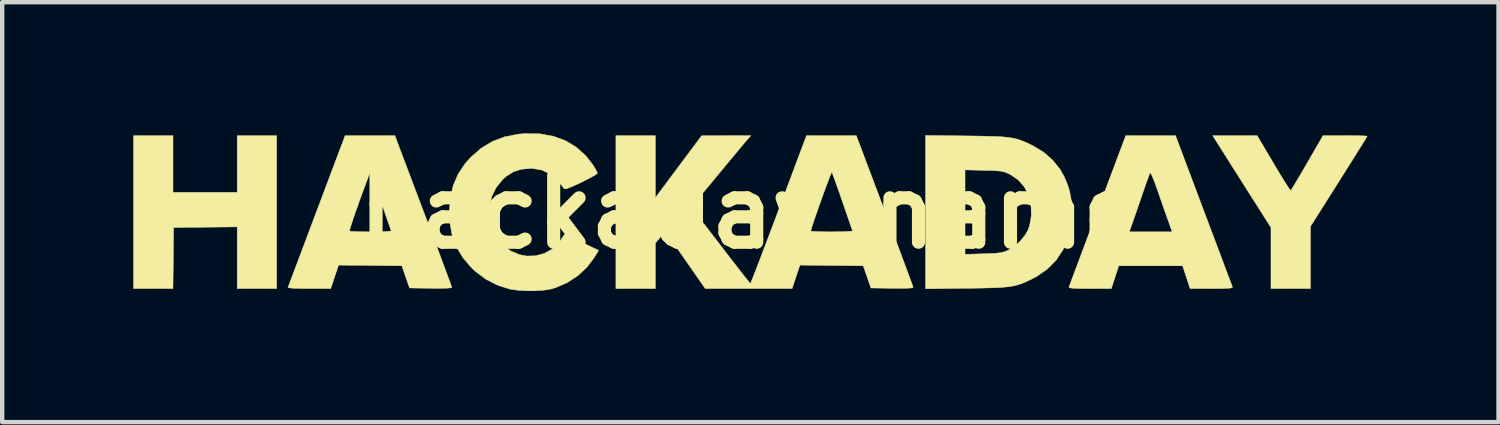
<source format=kicad_pcb>
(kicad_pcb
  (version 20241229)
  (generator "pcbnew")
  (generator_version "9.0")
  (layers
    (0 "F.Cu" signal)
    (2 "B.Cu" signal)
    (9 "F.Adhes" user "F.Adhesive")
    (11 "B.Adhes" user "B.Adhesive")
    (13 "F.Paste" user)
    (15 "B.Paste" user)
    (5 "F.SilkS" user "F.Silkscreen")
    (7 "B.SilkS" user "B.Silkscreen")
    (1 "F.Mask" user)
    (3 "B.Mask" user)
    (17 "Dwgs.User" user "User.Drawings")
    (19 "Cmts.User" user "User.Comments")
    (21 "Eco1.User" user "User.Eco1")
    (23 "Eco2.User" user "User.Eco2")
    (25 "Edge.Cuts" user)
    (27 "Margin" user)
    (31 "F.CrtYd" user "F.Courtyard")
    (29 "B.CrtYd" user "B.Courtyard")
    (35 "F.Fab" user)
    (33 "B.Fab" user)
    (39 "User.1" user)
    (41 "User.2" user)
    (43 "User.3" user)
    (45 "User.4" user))
  (footprint "hackaday_name"
    (layer "F.Cu")
    (at 14.116 1.802)
    (property "Reference" "hackaday_name" (at 0 0 0) (layer "F.SilkS") (effects (font (size 1.524 1.524) (thickness 0.3))))
    (attr through_hole)
    (fp_poly (pts (xy -13.208 -0.452) (xy -11.74 -0.452) (xy -11.74 -1.75) (xy -10.837 -1.75) (xy -10.837 1.75) (xy -11.74 1.75) (xy -11.74 0.338) (xy -13.194 0.353) (xy -13.201 1.051) (xy -13.209 1.75) (xy -14.111 1.75) (xy -14.111 -1.75) (xy -13.208 -1.75) (xy -13.208 -0.452)) (stroke (width 0.01) (type solid)) (fill yes) (layer "F.SilkS"))
    (fp_poly (pts (xy 11.968 -1.116) (xy 12.069 -0.946) (xy 12.161 -0.795) (xy 12.24 -0.668) (xy 12.303 -0.571) (xy 12.345 -0.511) (xy 12.362 -0.494) (xy 12.381 -0.521) (xy 12.424 -0.59) (xy 12.487 -0.695) (xy 12.566 -0.828) (xy 12.658 -0.984) (xy 12.741 -1.128) (xy 13.101 -1.75) (xy 13.606 -1.75) (xy 13.768 -1.749) (xy 13.908 -1.747) (xy 14.018 -1.744) (xy 14.089 -1.74) (xy 14.111 -1.737) (xy 14.097 -1.711) (xy 14.055 -1.642) (xy 13.989 -1.536) (xy 13.902 -1.397) (xy 13.798 -1.23) (xy 13.678 -1.04) (xy 13.547 -0.832) (xy 13.462 -0.697) (xy 12.813 0.33) (xy 12.813 1.75) (xy 11.91 1.75) (xy 11.91 0.353) (xy 11.309 -0.593) (xy 11.175 -0.805) (xy 11.047 -1.006) (xy 10.931 -1.19) (xy 10.829 -1.351) (xy 10.746 -1.483) (xy 10.684 -1.58) (xy 10.648 -1.637) (xy 10.644 -1.644) (xy 10.579 -1.75) (xy 11.594 -1.75) (xy 11.968 -1.116)) (stroke (width 0.01) (type solid)) (fill yes) (layer "F.SilkS"))
    (fp_poly (pts (xy 10.371 -0.035) (xy 10.483 0.261) (xy 10.589 0.543) (xy 10.688 0.805) (xy 10.777 1.043) (xy 10.855 1.251) (xy 10.921 1.427) (xy 10.973 1.565) (xy 11.009 1.661) (xy 11.027 1.709) (xy 11.029 1.714) (xy 11.021 1.728) (xy 10.983 1.738) (xy 10.908 1.744) (xy 10.792 1.748) (xy 10.627 1.75) (xy 10.55 1.75) (xy 10.059 1.75) (xy 9.974 1.489) (xy 9.888 1.228) (xy 8.428 1.228) (xy 8.343 1.489) (xy 8.257 1.75) (xy 7.766 1.75) (xy 7.582 1.749) (xy 7.447 1.746) (xy 7.358 1.74) (xy 7.306 1.732) (xy 7.288 1.72) (xy 7.288 1.714) (xy 7.3 1.683) (xy 7.33 1.602) (xy 7.376 1.478) (xy 7.437 1.315) (xy 7.512 1.117) (xy 7.597 0.888) (xy 7.693 0.634) (xy 7.761 0.452) (xy 8.666 0.452) (xy 9.65 0.452) (xy 9.557 0.191) (xy 9.513 0.068) (xy 9.457 -0.09) (xy 9.396 -0.267) (xy 9.334 -0.444) (xy 9.313 -0.504) (xy 9.256 -0.664) (xy 9.208 -0.786) (xy 9.171 -0.867) (xy 9.148 -0.9) (xy 9.143 -0.899) (xy 9.128 -0.862) (xy 9.098 -0.78) (xy 9.055 -0.661) (xy 9.004 -0.514) (xy 8.946 -0.347) (xy 8.924 -0.282) (xy 8.864 -0.107) (xy 8.808 0.054) (xy 8.76 0.193) (xy 8.723 0.299) (xy 8.7 0.363) (xy 8.696 0.374) (xy 8.666 0.452) (xy 7.761 0.452) (xy 7.796 0.359) (xy 7.906 0.067) (xy 7.944 -0.035) (xy 8.588 -1.75) (xy 9.726 -1.75) (xy 10.371 -0.035)) (stroke (width 0.01) (type solid)) (fill yes) (layer "F.SilkS"))
    (fp_poly (pts (xy 4.946 -1.743) (xy 5.225 -1.739) (xy 5.454 -1.734) (xy 5.642 -1.728) (xy 5.796 -1.719) (xy 5.923 -1.705) (xy 6.032 -1.687) (xy 6.128 -1.662) (xy 6.22 -1.63) (xy 6.315 -1.589) (xy 6.421 -1.539) (xy 6.46 -1.52) (xy 6.705 -1.372) (xy 6.917 -1.188) (xy 7.088 -0.974) (xy 7.177 -0.815) (xy 7.253 -0.638) (xy 7.304 -0.476) (xy 7.335 -0.31) (xy 7.348 -0.121) (xy 7.349 0.028) (xy 7.345 0.191) (xy 7.335 0.317) (xy 7.315 0.426) (xy 7.284 0.54) (xy 7.272 0.579) (xy 7.154 0.858) (xy 6.995 1.1) (xy 6.793 1.304) (xy 6.548 1.473) (xy 6.449 1.525) (xy 6.341 1.577) (xy 6.245 1.62) (xy 6.154 1.654) (xy 6.06 1.68) (xy 5.957 1.701) (xy 5.836 1.715) (xy 5.69 1.726) (xy 5.512 1.733) (xy 5.295 1.738) (xy 5.031 1.742) (xy 4.946 1.743) (xy 4.008 1.754) (xy 4.008 0.966) (xy 4.911 0.966) (xy 5.327 0.954) (xy 5.498 0.948) (xy 5.625 0.941) (xy 5.72 0.929) (xy 5.794 0.913) (xy 5.861 0.89) (xy 5.89 0.877) (xy 6.031 0.793) (xy 6.167 0.671) (xy 6.284 0.529) (xy 6.354 0.406) (xy 6.386 0.31) (xy 6.412 0.185) (xy 6.427 0.072) (xy 6.421 -0.168) (xy 6.367 -0.386) (xy 6.267 -0.578) (xy 6.126 -0.738) (xy 5.946 -0.86) (xy 5.933 -0.866) (xy 5.867 -0.897) (xy 5.807 -0.919) (xy 5.741 -0.934) (xy 5.657 -0.943) (xy 5.543 -0.95) (xy 5.388 -0.954) (xy 5.341 -0.955) (xy 4.911 -0.966) (xy 4.911 0.966) (xy 4.008 0.966) (xy 4.008 -1.754) (xy 4.946 -1.743)) (stroke (width 0.01) (type solid)) (fill yes) (layer "F.SilkS"))
    (fp_poly (pts (xy -8.077 -1.602) (xy -8.057 -1.549) (xy -8.019 -1.448) (xy -7.965 -1.305) (xy -7.896 -1.124) (xy -7.816 -0.912) (xy -7.726 -0.672) (xy -7.627 -0.411) (xy -7.522 -0.133) (xy -7.425 0.123) (xy -7.318 0.407) (xy -7.217 0.675) (xy -7.124 0.923) (xy -7.041 1.146) (xy -6.969 1.34) (xy -6.91 1.499) (xy -6.866 1.62) (xy -6.839 1.697) (xy -6.83 1.725) (xy -6.857 1.734) (xy -6.933 1.74) (xy -7.051 1.744) (xy -7.203 1.745) (xy -7.313 1.743) (xy -7.797 1.736) (xy -7.885 1.482) (xy -7.973 1.228) (xy -9.421 1.213) (xy -9.511 1.481) (xy -9.6 1.75) (xy -10.094 1.75) (xy -10.253 1.748) (xy -10.39 1.745) (xy -10.495 1.739) (xy -10.561 1.732) (xy -10.579 1.725) (xy -10.567 1.695) (xy -10.538 1.617) (xy -10.492 1.495) (xy -10.431 1.333) (xy -10.357 1.136) (xy -10.271 0.909) (xy -10.176 0.655) (xy -10.092 0.432) (xy -9.172 0.432) (xy -9.146 0.438) (xy -9.072 0.444) (xy -8.959 0.448) (xy -8.818 0.451) (xy -8.69 0.452) (xy -8.533 0.45) (xy -8.399 0.447) (xy -8.295 0.441) (xy -8.233 0.435) (xy -8.217 0.428) (xy -8.229 0.396) (xy -8.256 0.318) (xy -8.296 0.202) (xy -8.347 0.056) (xy -8.406 -0.114) (xy -8.45 -0.242) (xy -8.513 -0.423) (xy -8.57 -0.586) (xy -8.62 -0.724) (xy -8.658 -0.829) (xy -8.683 -0.894) (xy -8.692 -0.911) (xy -8.704 -0.89) (xy -8.732 -0.824) (xy -8.771 -0.722) (xy -8.82 -0.592) (xy -8.875 -0.443) (xy -8.933 -0.283) (xy -8.991 -0.12) (xy -9.046 0.036) (xy -9.094 0.178) (xy -9.133 0.296) (xy -9.16 0.382) (xy -9.172 0.429) (xy -9.172 0.432) (xy -10.092 0.432) (xy -10.073 0.381) (xy -9.963 0.088) (xy -9.92 -0.025) (xy -9.271 -1.75) (xy -8.702 -1.75) (xy -8.132 -1.75) (xy -8.077 -1.602)) (stroke (width 0.01) (type solid)) (fill yes) (layer "F.SilkS"))
    (fp_poly (pts (xy -4.809 -1.79) (xy -4.504 -1.734) (xy -4.227 -1.632) (xy -3.98 -1.483) (xy -3.766 -1.29) (xy -3.614 -1.096) (xy -3.558 -1.008) (xy -3.517 -0.935) (xy -3.5 -0.892) (xy -3.5 -0.89) (xy -3.524 -0.866) (xy -3.59 -0.825) (xy -3.691 -0.77) (xy -3.815 -0.707) (xy -3.873 -0.679) (xy -4.019 -0.611) (xy -4.123 -0.565) (xy -4.192 -0.539) (xy -4.235 -0.53) (xy -4.26 -0.535) (xy -4.275 -0.553) (xy -4.276 -0.554) (xy -4.309 -0.601) (xy -4.368 -0.672) (xy -4.425 -0.736) (xy -4.586 -0.874) (xy -4.77 -0.961) (xy -4.98 -0.998) (xy -5.024 -0.999) (xy -5.237 -0.981) (xy -5.421 -0.922) (xy -5.587 -0.816) (xy -5.675 -0.736) (xy -5.818 -0.558) (xy -5.914 -0.363) (xy -5.967 -0.158) (xy -5.977 0.05) (xy -5.947 0.254) (xy -5.88 0.448) (xy -5.777 0.623) (xy -5.641 0.774) (xy -5.474 0.894) (xy -5.278 0.975) (xy -5.117 1.005) (xy -4.911 1) (xy -4.713 0.946) (xy -4.535 0.847) (xy -4.387 0.709) (xy -4.333 0.634) (xy -4.287 0.563) (xy -4.256 0.518) (xy -4.248 0.508) (xy -4.222 0.519) (xy -4.154 0.551) (xy -4.052 0.599) (xy -3.927 0.658) (xy -3.857 0.692) (xy -3.472 0.876) (xy -3.577 1.047) (xy -3.744 1.267) (xy -3.953 1.459) (xy -4.193 1.615) (xy -4.454 1.728) (xy -4.579 1.764) (xy -4.731 1.788) (xy -4.918 1.8) (xy -5.119 1.8) (xy -5.315 1.789) (xy -5.485 1.765) (xy -5.503 1.761) (xy -5.781 1.674) (xy -6.048 1.537) (xy -6.291 1.356) (xy -6.379 1.273) (xy -6.577 1.042) (xy -6.723 0.797) (xy -6.822 0.531) (xy -6.875 0.238) (xy -6.886 0) (xy -6.864 -0.322) (xy -6.797 -0.612) (xy -6.682 -0.875) (xy -6.519 -1.117) (xy -6.392 -1.258) (xy -6.157 -1.462) (xy -5.902 -1.615) (xy -5.622 -1.722) (xy -5.311 -1.783) (xy -5.139 -1.797) (xy -4.809 -1.79)) (stroke (width 0.01) (type solid)) (fill yes) (layer "F.SilkS"))
    (fp_poly (pts (xy -2.173 -0.329) (xy -1.644 -1.038) (xy -1.115 -1.747) (xy -0.552 -1.749) (xy 0.01 -1.75) (xy -0.047 -1.686) (xy -0.078 -1.65) (xy -0.141 -1.576) (xy -0.23 -1.469) (xy -0.341 -1.335) (xy -0.47 -1.18) (xy -0.612 -1.009) (xy -0.729 -0.868) (xy -1.354 -0.114) (xy -0.684 0.76) (xy -0.536 0.953) (xy -0.398 1.132) (xy -0.275 1.29) (xy -0.17 1.425) (xy -0.087 1.53) (xy -0.03 1.601) (xy -0.002 1.634) (xy 0 1.635) (xy 0.012 1.61) (xy 0.042 1.536) (xy 0.089 1.418) (xy 0.15 1.26) (xy 0.224 1.067) (xy 0.309 0.844) (xy 0.404 0.594) (xy 0.465 0.432) (xy 1.383 0.432) (xy 1.41 0.438) (xy 1.484 0.444) (xy 1.596 0.448) (xy 1.737 0.451) (xy 1.865 0.452) (xy 2.022 0.45) (xy 2.157 0.447) (xy 2.26 0.441) (xy 2.323 0.435) (xy 2.338 0.428) (xy 2.326 0.396) (xy 2.299 0.318) (xy 2.259 0.202) (xy 2.208 0.056) (xy 2.15 -0.114) (xy 2.105 -0.242) (xy 2.043 -0.423) (xy 1.985 -0.586) (xy 1.936 -0.724) (xy 1.897 -0.829) (xy 1.872 -0.894) (xy 1.864 -0.911) (xy 1.851 -0.89) (xy 1.823 -0.824) (xy 1.784 -0.722) (xy 1.735 -0.592) (xy 1.68 -0.443) (xy 1.622 -0.283) (xy 1.564 -0.12) (xy 1.51 0.036) (xy 1.461 0.178) (xy 1.422 0.296) (xy 1.395 0.382) (xy 1.383 0.429) (xy 1.383 0.432) (xy 0.465 0.432) (xy 0.507 0.322) (xy 0.616 0.032) (xy 0.649 -0.057) (xy 1.284 -1.75) (xy 1.854 -1.75) (xy 2.423 -1.75) (xy 2.479 -1.602) (xy 2.499 -1.549) (xy 2.537 -1.448) (xy 2.591 -1.305) (xy 2.659 -1.124) (xy 2.739 -0.912) (xy 2.829 -0.672) (xy 2.928 -0.411) (xy 3.033 -0.133) (xy 3.13 0.123) (xy 3.237 0.407) (xy 3.338 0.675) (xy 3.431 0.923) (xy 3.514 1.146) (xy 3.586 1.34) (xy 3.645 1.499) (xy 3.689 1.62) (xy 3.716 1.697) (xy 3.725 1.725) (xy 3.698 1.734) (xy 3.622 1.74) (xy 3.505 1.744) (xy 3.352 1.745) (xy 3.242 1.743) (xy 2.758 1.736) (xy 2.67 1.482) (xy 2.582 1.228) (xy 1.134 1.213) (xy 1.044 1.481) (xy 0.955 1.75) (xy -1.032 1.75) (xy -1.483 1.101) (xy -1.6 0.933) (xy -1.707 0.782) (xy -1.8 0.653) (xy -1.875 0.552) (xy -1.926 0.486) (xy -1.95 0.459) (xy -1.951 0.459) (xy -1.978 0.483) (xy -2.028 0.537) (xy -2.071 0.588) (xy -2.173 0.711) (xy -2.173 1.75) (xy -3.076 1.75) (xy -3.076 -1.75) (xy -2.173 -1.75) (xy -2.173 -0.329)) (stroke (width 0.01) (type solid)) (fill yes) (layer "F.SilkS")))
  (gr_rect
    (start -3 -3)
    (end 31.232 6.607)
    (stroke (width 0.1) (type default))
    (fill no)
    (layer "Edge.Cuts")))
</source>
